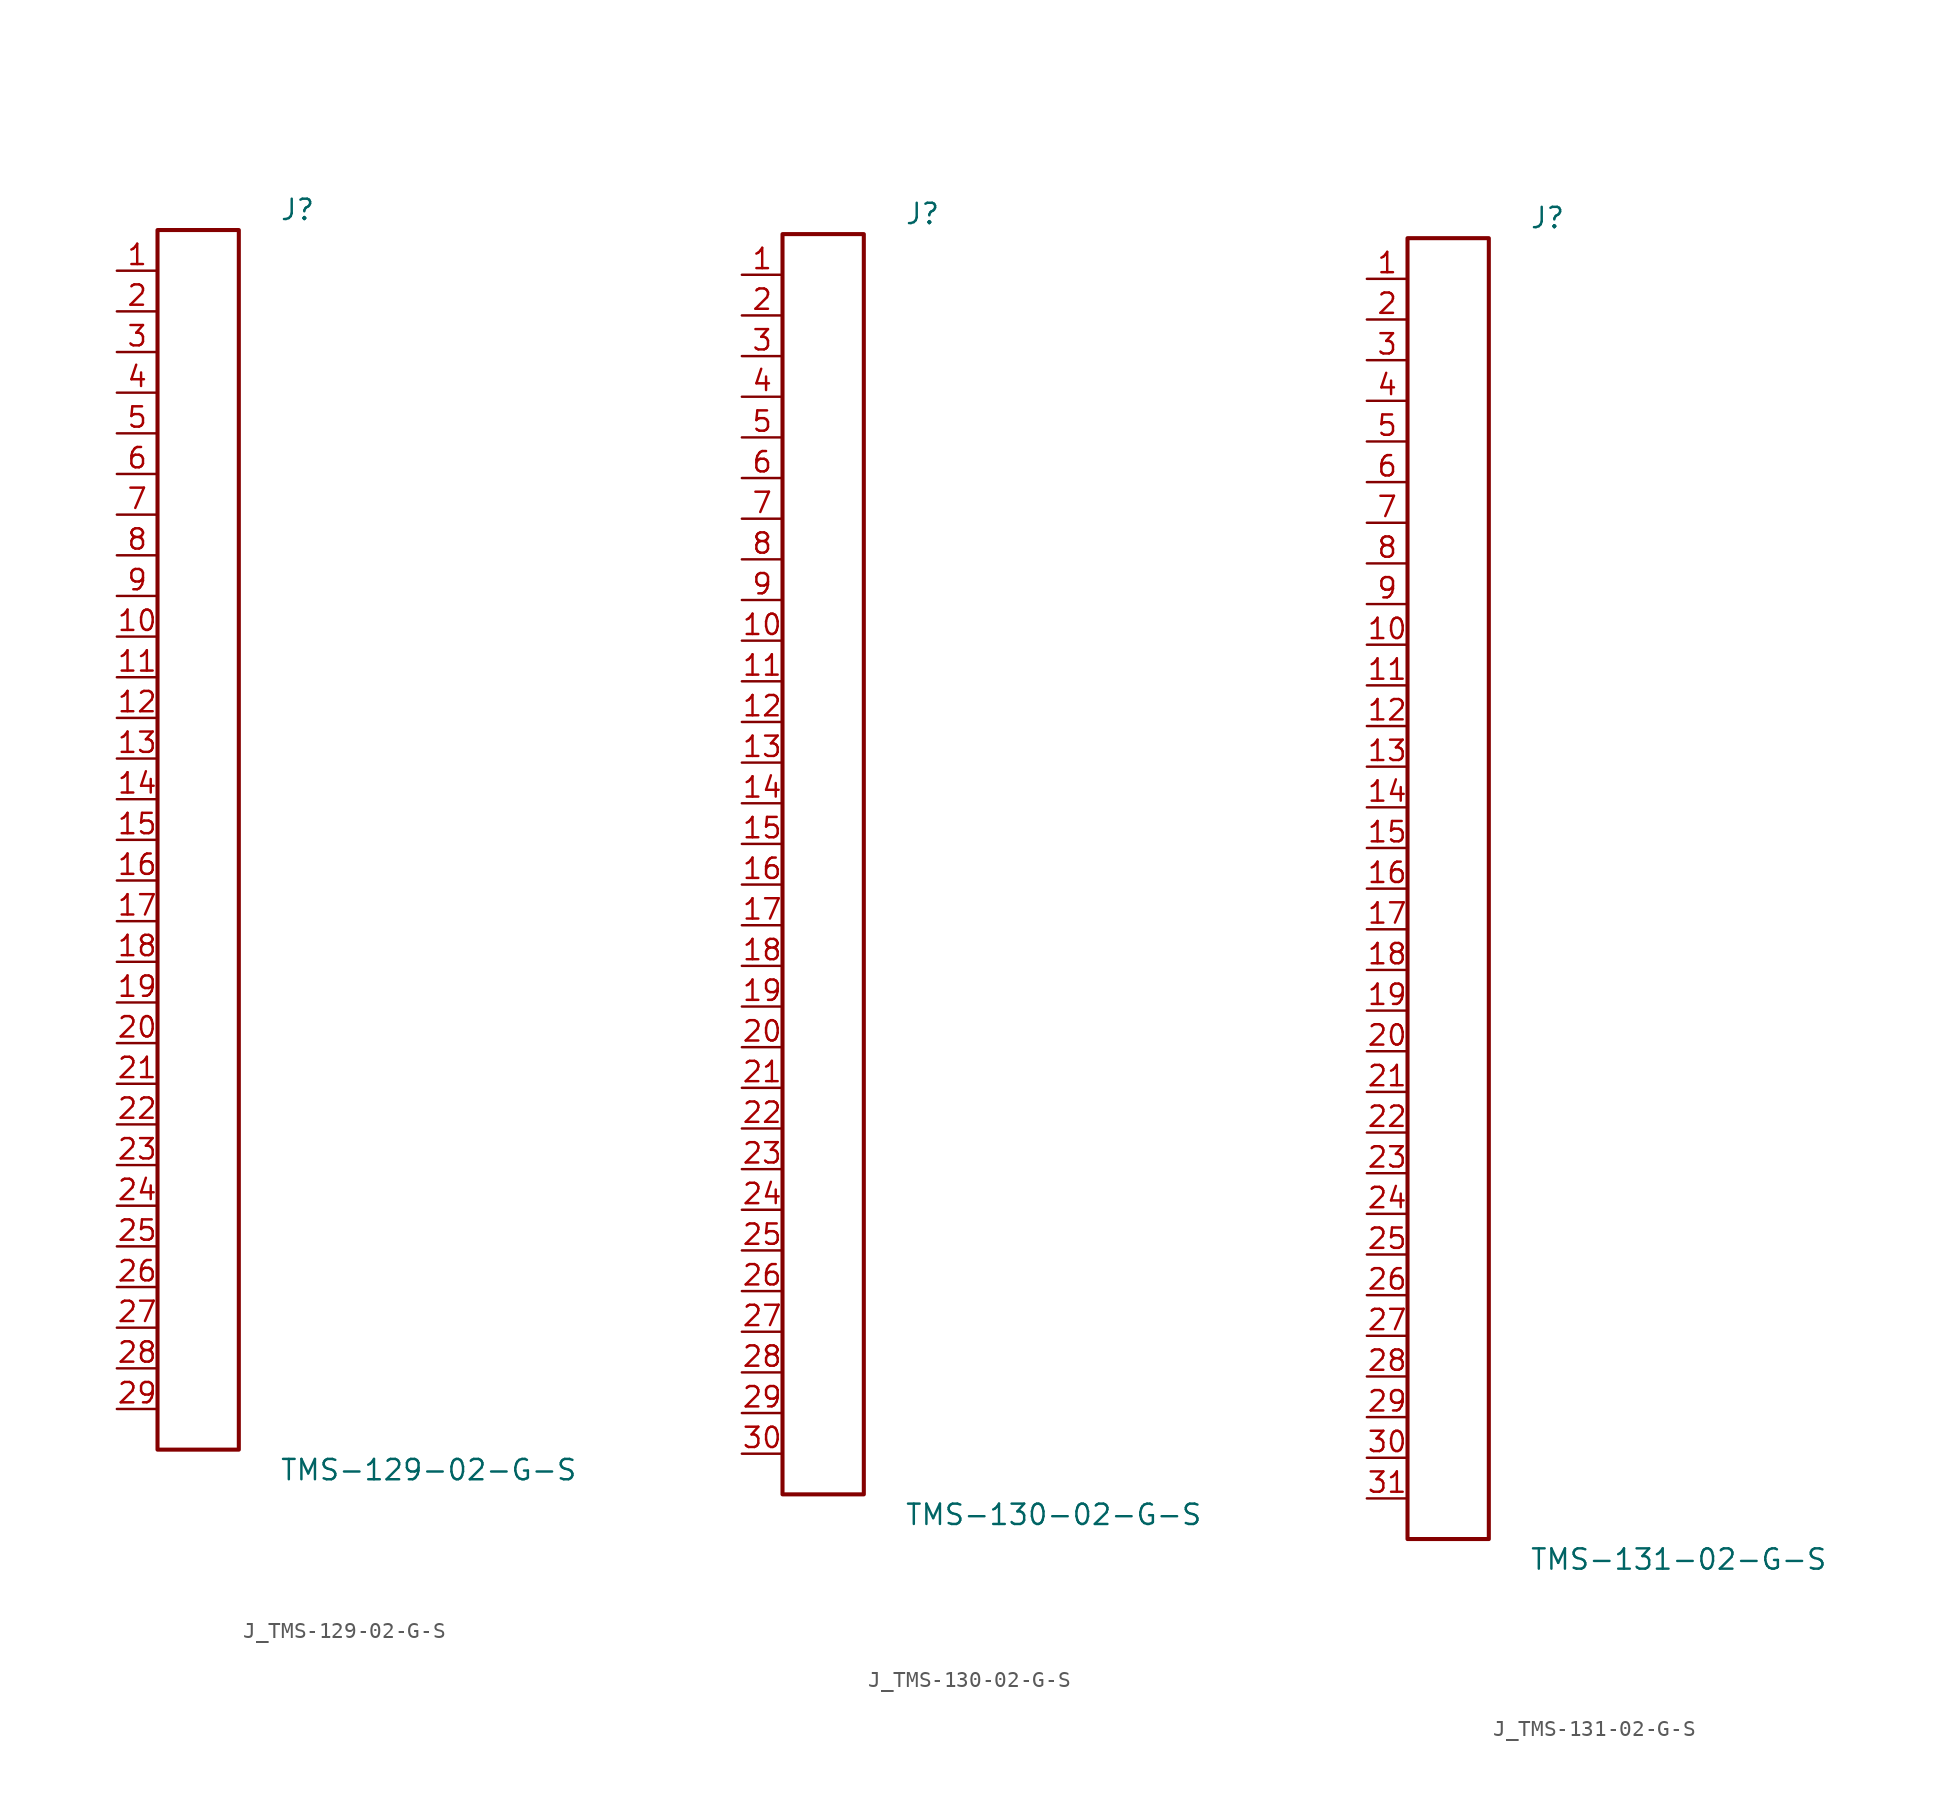
<source format=kicad_sym>
(kicad_symbol_lib
  (version 20231120)
  (generator kicad_symbol_editor)
  (generator_version 8.0)
  (symbol "J_TMS-129-02-G-S"
    (pin_names
      (offset 0.254))
    (property "Reference" "J"
      (at 5.08 39.37 0)
      (effects (font (size 1.27 1.27)) (justify left)))
    (property "Value" "TMS-129-02-G-S"
      (at 5.08 -39.37 0)
      (effects (font (size 1.27 1.27)) (justify left)))
    (symbol "J_TMS-129-02-G-S_0_0"
      (pin passive line (at -5.08 35.56 0) (length 2.54) (name "" (effects (font (size 1.27 1.27)))) (number "1" (effects (font (size 1.27 1.27)))))
      (pin passive line (at -5.08 33.02 0) (length 2.54) (name "" (effects (font (size 1.27 1.27)))) (number "2" (effects (font (size 1.27 1.27)))))
      (pin passive line (at -5.08 30.48 0) (length 2.54) (name "" (effects (font (size 1.27 1.27)))) (number "3" (effects (font (size 1.27 1.27)))))
      (pin passive line (at -5.08 27.94 0) (length 2.54) (name "" (effects (font (size 1.27 1.27)))) (number "4" (effects (font (size 1.27 1.27)))))
      (pin passive line (at -5.08 25.4 0) (length 2.54) (name "" (effects (font (size 1.27 1.27)))) (number "5" (effects (font (size 1.27 1.27)))))
      (pin passive line (at -5.08 22.86 0) (length 2.54) (name "" (effects (font (size 1.27 1.27)))) (number "6" (effects (font (size 1.27 1.27)))))
      (pin passive line (at -5.08 20.32 0) (length 2.54) (name "" (effects (font (size 1.27 1.27)))) (number "7" (effects (font (size 1.27 1.27)))))
      (pin passive line (at -5.08 17.78 0) (length 2.54) (name "" (effects (font (size 1.27 1.27)))) (number "8" (effects (font (size 1.27 1.27)))))
      (pin passive line (at -5.08 15.24 0) (length 2.54) (name "" (effects (font (size 1.27 1.27)))) (number "9" (effects (font (size 1.27 1.27)))))
      (pin passive line (at -5.08 12.7 0) (length 2.54) (name "" (effects (font (size 1.27 1.27)))) (number "10" (effects (font (size 1.27 1.27)))))
      (pin passive line (at -5.08 10.16 0) (length 2.54) (name "" (effects (font (size 1.27 1.27)))) (number "11" (effects (font (size 1.27 1.27)))))
      (pin passive line (at -5.08 7.62 0) (length 2.54) (name "" (effects (font (size 1.27 1.27)))) (number "12" (effects (font (size 1.27 1.27)))))
      (pin passive line (at -5.08 5.08 0) (length 2.54) (name "" (effects (font (size 1.27 1.27)))) (number "13" (effects (font (size 1.27 1.27)))))
      (pin passive line (at -5.08 2.54 0) (length 2.54) (name "" (effects (font (size 1.27 1.27)))) (number "14" (effects (font (size 1.27 1.27)))))
      (pin passive line (at -5.08 0.0 0) (length 2.54) (name "" (effects (font (size 1.27 1.27)))) (number "15" (effects (font (size 1.27 1.27)))))
      (pin passive line (at -5.08 -2.54 0) (length 2.54) (name "" (effects (font (size 1.27 1.27)))) (number "16" (effects (font (size 1.27 1.27)))))
      (pin passive line (at -5.08 -5.08 0) (length 2.54) (name "" (effects (font (size 1.27 1.27)))) (number "17" (effects (font (size 1.27 1.27)))))
      (pin passive line (at -5.08 -7.62 0) (length 2.54) (name "" (effects (font (size 1.27 1.27)))) (number "18" (effects (font (size 1.27 1.27)))))
      (pin passive line (at -5.08 -10.16 0) (length 2.54) (name "" (effects (font (size 1.27 1.27)))) (number "19" (effects (font (size 1.27 1.27)))))
      (pin passive line (at -5.08 -12.7 0) (length 2.54) (name "" (effects (font (size 1.27 1.27)))) (number "20" (effects (font (size 1.27 1.27)))))
      (pin passive line (at -5.08 -15.24 0) (length 2.54) (name "" (effects (font (size 1.27 1.27)))) (number "21" (effects (font (size 1.27 1.27)))))
      (pin passive line (at -5.08 -17.78 0) (length 2.54) (name "" (effects (font (size 1.27 1.27)))) (number "22" (effects (font (size 1.27 1.27)))))
      (pin passive line (at -5.08 -20.32 0) (length 2.54) (name "" (effects (font (size 1.27 1.27)))) (number "23" (effects (font (size 1.27 1.27)))))
      (pin passive line (at -5.08 -22.86 0) (length 2.54) (name "" (effects (font (size 1.27 1.27)))) (number "24" (effects (font (size 1.27 1.27)))))
      (pin passive line (at -5.08 -25.4 0) (length 2.54) (name "" (effects (font (size 1.27 1.27)))) (number "25" (effects (font (size 1.27 1.27)))))
      (pin passive line (at -5.08 -27.94 0) (length 2.54) (name "" (effects (font (size 1.27 1.27)))) (number "26" (effects (font (size 1.27 1.27)))))
      (pin passive line (at -5.08 -30.48 0) (length 2.54) (name "" (effects (font (size 1.27 1.27)))) (number "27" (effects (font (size 1.27 1.27)))))
      (pin passive line (at -5.08 -33.02 0) (length 2.54) (name "" (effects (font (size 1.27 1.27)))) (number "28" (effects (font (size 1.27 1.27)))))
      (pin passive line (at -5.08 -35.56 0) (length 2.54) (name "" (effects (font (size 1.27 1.27)))) (number "29" (effects (font (size 1.27 1.27))))))
    (symbol "J_TMS-129-02-G-S_1_0"
      (rectangle (start -2.54 38.1) (end 2.54 -38.1) (stroke (width 0.254) (type solid)) (fill (type none)))))
  (symbol "J_TMS-130-02-G-S"
    (pin_names
      (offset 0.254))
    (property "Reference" "J"
      (at 5.08 40.64 0)
      (effects (font (size 1.27 1.27)) (justify left)))
    (property "Value" "TMS-130-02-G-S"
      (at 5.08 -40.64 0)
      (effects (font (size 1.27 1.27)) (justify left)))
    (symbol "J_TMS-130-02-G-S_0_0"
      (pin passive line (at -5.08 36.83 0) (length 2.54) (name "" (effects (font (size 1.27 1.27)))) (number "1" (effects (font (size 1.27 1.27)))))
      (pin passive line (at -5.08 34.29 0) (length 2.54) (name "" (effects (font (size 1.27 1.27)))) (number "2" (effects (font (size 1.27 1.27)))))
      (pin passive line (at -5.08 31.75 0) (length 2.54) (name "" (effects (font (size 1.27 1.27)))) (number "3" (effects (font (size 1.27 1.27)))))
      (pin passive line (at -5.08 29.21 0) (length 2.54) (name "" (effects (font (size 1.27 1.27)))) (number "4" (effects (font (size 1.27 1.27)))))
      (pin passive line (at -5.08 26.67 0) (length 2.54) (name "" (effects (font (size 1.27 1.27)))) (number "5" (effects (font (size 1.27 1.27)))))
      (pin passive line (at -5.08 24.13 0) (length 2.54) (name "" (effects (font (size 1.27 1.27)))) (number "6" (effects (font (size 1.27 1.27)))))
      (pin passive line (at -5.08 21.59 0) (length 2.54) (name "" (effects (font (size 1.27 1.27)))) (number "7" (effects (font (size 1.27 1.27)))))
      (pin passive line (at -5.08 19.05 0) (length 2.54) (name "" (effects (font (size 1.27 1.27)))) (number "8" (effects (font (size 1.27 1.27)))))
      (pin passive line (at -5.08 16.51 0) (length 2.54) (name "" (effects (font (size 1.27 1.27)))) (number "9" (effects (font (size 1.27 1.27)))))
      (pin passive line (at -5.08 13.97 0) (length 2.54) (name "" (effects (font (size 1.27 1.27)))) (number "10" (effects (font (size 1.27 1.27)))))
      (pin passive line (at -5.08 11.43 0) (length 2.54) (name "" (effects (font (size 1.27 1.27)))) (number "11" (effects (font (size 1.27 1.27)))))
      (pin passive line (at -5.08 8.89 0) (length 2.54) (name "" (effects (font (size 1.27 1.27)))) (number "12" (effects (font (size 1.27 1.27)))))
      (pin passive line (at -5.08 6.35 0) (length 2.54) (name "" (effects (font (size 1.27 1.27)))) (number "13" (effects (font (size 1.27 1.27)))))
      (pin passive line (at -5.08 3.81 0) (length 2.54) (name "" (effects (font (size 1.27 1.27)))) (number "14" (effects (font (size 1.27 1.27)))))
      (pin passive line (at -5.08 1.27 0) (length 2.54) (name "" (effects (font (size 1.27 1.27)))) (number "15" (effects (font (size 1.27 1.27)))))
      (pin passive line (at -5.08 -1.27 0) (length 2.54) (name "" (effects (font (size 1.27 1.27)))) (number "16" (effects (font (size 1.27 1.27)))))
      (pin passive line (at -5.08 -3.81 0) (length 2.54) (name "" (effects (font (size 1.27 1.27)))) (number "17" (effects (font (size 1.27 1.27)))))
      (pin passive line (at -5.08 -6.35 0) (length 2.54) (name "" (effects (font (size 1.27 1.27)))) (number "18" (effects (font (size 1.27 1.27)))))
      (pin passive line (at -5.08 -8.89 0) (length 2.54) (name "" (effects (font (size 1.27 1.27)))) (number "19" (effects (font (size 1.27 1.27)))))
      (pin passive line (at -5.08 -11.43 0) (length 2.54) (name "" (effects (font (size 1.27 1.27)))) (number "20" (effects (font (size 1.27 1.27)))))
      (pin passive line (at -5.08 -13.97 0) (length 2.54) (name "" (effects (font (size 1.27 1.27)))) (number "21" (effects (font (size 1.27 1.27)))))
      (pin passive line (at -5.08 -16.51 0) (length 2.54) (name "" (effects (font (size 1.27 1.27)))) (number "22" (effects (font (size 1.27 1.27)))))
      (pin passive line (at -5.08 -19.05 0) (length 2.54) (name "" (effects (font (size 1.27 1.27)))) (number "23" (effects (font (size 1.27 1.27)))))
      (pin passive line (at -5.08 -21.59 0) (length 2.54) (name "" (effects (font (size 1.27 1.27)))) (number "24" (effects (font (size 1.27 1.27)))))
      (pin passive line (at -5.08 -24.13 0) (length 2.54) (name "" (effects (font (size 1.27 1.27)))) (number "25" (effects (font (size 1.27 1.27)))))
      (pin passive line (at -5.08 -26.67 0) (length 2.54) (name "" (effects (font (size 1.27 1.27)))) (number "26" (effects (font (size 1.27 1.27)))))
      (pin passive line (at -5.08 -29.21 0) (length 2.54) (name "" (effects (font (size 1.27 1.27)))) (number "27" (effects (font (size 1.27 1.27)))))
      (pin passive line (at -5.08 -31.75 0) (length 2.54) (name "" (effects (font (size 1.27 1.27)))) (number "28" (effects (font (size 1.27 1.27)))))
      (pin passive line (at -5.08 -34.29 0) (length 2.54) (name "" (effects (font (size 1.27 1.27)))) (number "29" (effects (font (size 1.27 1.27)))))
      (pin passive line (at -5.08 -36.83 0) (length 2.54) (name "" (effects (font (size 1.27 1.27)))) (number "30" (effects (font (size 1.27 1.27))))))
    (symbol "J_TMS-130-02-G-S_1_0"
      (rectangle (start -2.54 39.37) (end 2.54 -39.37) (stroke (width 0.254) (type solid)) (fill (type none)))))
  (symbol "J_TMS-131-02-G-S"
    (pin_names
      (offset 0.254))
    (property "Reference" "J"
      (at 5.08 41.91 0)
      (effects (font (size 1.27 1.27)) (justify left)))
    (property "Value" "TMS-131-02-G-S"
      (at 5.08 -41.91 0)
      (effects (font (size 1.27 1.27)) (justify left)))
    (symbol "J_TMS-131-02-G-S_0_0"
      (pin passive line (at -5.08 38.1 0) (length 2.54) (name "" (effects (font (size 1.27 1.27)))) (number "1" (effects (font (size 1.27 1.27)))))
      (pin passive line (at -5.08 35.56 0) (length 2.54) (name "" (effects (font (size 1.27 1.27)))) (number "2" (effects (font (size 1.27 1.27)))))
      (pin passive line (at -5.08 33.02 0) (length 2.54) (name "" (effects (font (size 1.27 1.27)))) (number "3" (effects (font (size 1.27 1.27)))))
      (pin passive line (at -5.08 30.48 0) (length 2.54) (name "" (effects (font (size 1.27 1.27)))) (number "4" (effects (font (size 1.27 1.27)))))
      (pin passive line (at -5.08 27.94 0) (length 2.54) (name "" (effects (font (size 1.27 1.27)))) (number "5" (effects (font (size 1.27 1.27)))))
      (pin passive line (at -5.08 25.4 0) (length 2.54) (name "" (effects (font (size 1.27 1.27)))) (number "6" (effects (font (size 1.27 1.27)))))
      (pin passive line (at -5.08 22.86 0) (length 2.54) (name "" (effects (font (size 1.27 1.27)))) (number "7" (effects (font (size 1.27 1.27)))))
      (pin passive line (at -5.08 20.32 0) (length 2.54) (name "" (effects (font (size 1.27 1.27)))) (number "8" (effects (font (size 1.27 1.27)))))
      (pin passive line (at -5.08 17.78 0) (length 2.54) (name "" (effects (font (size 1.27 1.27)))) (number "9" (effects (font (size 1.27 1.27)))))
      (pin passive line (at -5.08 15.24 0) (length 2.54) (name "" (effects (font (size 1.27 1.27)))) (number "10" (effects (font (size 1.27 1.27)))))
      (pin passive line (at -5.08 12.7 0) (length 2.54) (name "" (effects (font (size 1.27 1.27)))) (number "11" (effects (font (size 1.27 1.27)))))
      (pin passive line (at -5.08 10.16 0) (length 2.54) (name "" (effects (font (size 1.27 1.27)))) (number "12" (effects (font (size 1.27 1.27)))))
      (pin passive line (at -5.08 7.62 0) (length 2.54) (name "" (effects (font (size 1.27 1.27)))) (number "13" (effects (font (size 1.27 1.27)))))
      (pin passive line (at -5.08 5.08 0) (length 2.54) (name "" (effects (font (size 1.27 1.27)))) (number "14" (effects (font (size 1.27 1.27)))))
      (pin passive line (at -5.08 2.54 0) (length 2.54) (name "" (effects (font (size 1.27 1.27)))) (number "15" (effects (font (size 1.27 1.27)))))
      (pin passive line (at -5.08 0.0 0) (length 2.54) (name "" (effects (font (size 1.27 1.27)))) (number "16" (effects (font (size 1.27 1.27)))))
      (pin passive line (at -5.08 -2.54 0) (length 2.54) (name "" (effects (font (size 1.27 1.27)))) (number "17" (effects (font (size 1.27 1.27)))))
      (pin passive line (at -5.08 -5.08 0) (length 2.54) (name "" (effects (font (size 1.27 1.27)))) (number "18" (effects (font (size 1.27 1.27)))))
      (pin passive line (at -5.08 -7.62 0) (length 2.54) (name "" (effects (font (size 1.27 1.27)))) (number "19" (effects (font (size 1.27 1.27)))))
      (pin passive line (at -5.08 -10.16 0) (length 2.54) (name "" (effects (font (size 1.27 1.27)))) (number "20" (effects (font (size 1.27 1.27)))))
      (pin passive line (at -5.08 -12.7 0) (length 2.54) (name "" (effects (font (size 1.27 1.27)))) (number "21" (effects (font (size 1.27 1.27)))))
      (pin passive line (at -5.08 -15.24 0) (length 2.54) (name "" (effects (font (size 1.27 1.27)))) (number "22" (effects (font (size 1.27 1.27)))))
      (pin passive line (at -5.08 -17.78 0) (length 2.54) (name "" (effects (font (size 1.27 1.27)))) (number "23" (effects (font (size 1.27 1.27)))))
      (pin passive line (at -5.08 -20.32 0) (length 2.54) (name "" (effects (font (size 1.27 1.27)))) (number "24" (effects (font (size 1.27 1.27)))))
      (pin passive line (at -5.08 -22.86 0) (length 2.54) (name "" (effects (font (size 1.27 1.27)))) (number "25" (effects (font (size 1.27 1.27)))))
      (pin passive line (at -5.08 -25.4 0) (length 2.54) (name "" (effects (font (size 1.27 1.27)))) (number "26" (effects (font (size 1.27 1.27)))))
      (pin passive line (at -5.08 -27.94 0) (length 2.54) (name "" (effects (font (size 1.27 1.27)))) (number "27" (effects (font (size 1.27 1.27)))))
      (pin passive line (at -5.08 -30.48 0) (length 2.54) (name "" (effects (font (size 1.27 1.27)))) (number "28" (effects (font (size 1.27 1.27)))))
      (pin passive line (at -5.08 -33.02 0) (length 2.54) (name "" (effects (font (size 1.27 1.27)))) (number "29" (effects (font (size 1.27 1.27)))))
      (pin passive line (at -5.08 -35.56 0) (length 2.54) (name "" (effects (font (size 1.27 1.27)))) (number "30" (effects (font (size 1.27 1.27)))))
      (pin passive line (at -5.08 -38.1 0) (length 2.54) (name "" (effects (font (size 1.27 1.27)))) (number "31" (effects (font (size 1.27 1.27))))))
    (symbol "J_TMS-131-02-G-S_1_0"
      (rectangle (start -2.54 40.64) (end 2.54 -40.64) (stroke (width 0.254) (type solid)) (fill (type none))))))
</source>
